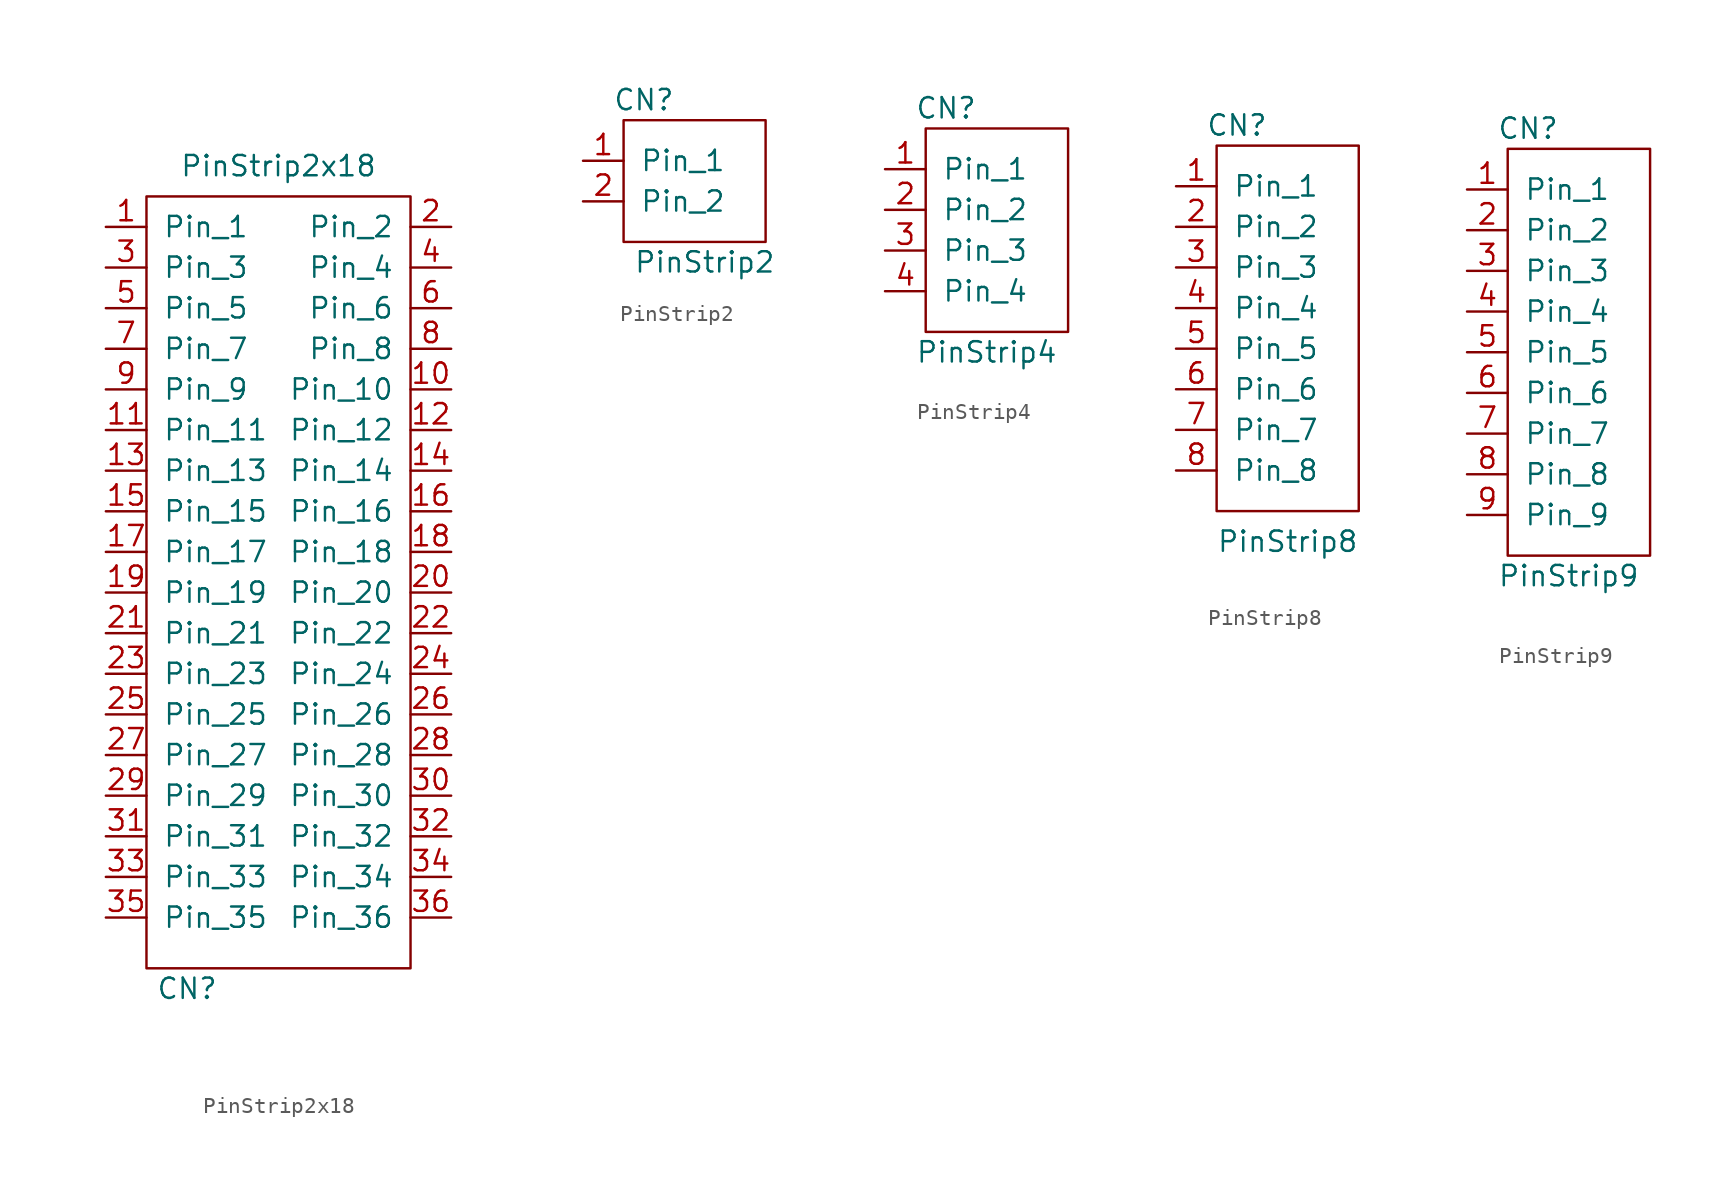
<source format=kicad_sym>
(kicad_symbol_lib
  (version 20211014)
  (generator kicad_symbol_editor)
  (symbol "PinStrip2x18"
    (pin_names
      (offset 1.016))
    (property "Reference" "CN"
      (at 1.27 -34.925 0)
      (effects (font (size 1.27 1.27))))
    (property "Value" "PinStrip2x18"
      (at 6.985 16.51 0)
      (effects (font (size 1.27 1.27))))
    (symbol "PinStrip2x18_0_1"
      (rectangle (start -1.27 14.605) (end 15.24 -33.655) (stroke (width 0) (type default) (color 0 0 0 0)) (fill (type none))))
    (symbol "PinStrip2x18_1_1"
      (pin bidirectional line (at -3.81 12.7 0) (length 2.54) (name "Pin_1" (effects (font (size 1.27 1.27)))) (number "1" (effects (font (size 1.27 1.27)))))
      (pin bidirectional line (at 17.78 2.54 180) (length 2.54) (name "Pin_10" (effects (font (size 1.27 1.27)))) (number "10" (effects (font (size 1.27 1.27)))))
      (pin bidirectional line (at -3.81 0 0) (length 2.54) (name "Pin_11" (effects (font (size 1.27 1.27)))) (number "11" (effects (font (size 1.27 1.27)))))
      (pin bidirectional line (at 17.78 0 180) (length 2.54) (name "Pin_12" (effects (font (size 1.27 1.27)))) (number "12" (effects (font (size 1.27 1.27)))))
      (pin bidirectional line (at -3.81 -2.54 0) (length 2.54) (name "Pin_13" (effects (font (size 1.27 1.27)))) (number "13" (effects (font (size 1.27 1.27)))))
      (pin bidirectional line (at 17.78 -2.54 180) (length 2.54) (name "Pin_14" (effects (font (size 1.27 1.27)))) (number "14" (effects (font (size 1.27 1.27)))))
      (pin bidirectional line (at -3.81 -5.08 0) (length 2.54) (name "Pin_15" (effects (font (size 1.27 1.27)))) (number "15" (effects (font (size 1.27 1.27)))))
      (pin bidirectional line (at 17.78 -5.08 180) (length 2.54) (name "Pin_16" (effects (font (size 1.27 1.27)))) (number "16" (effects (font (size 1.27 1.27)))))
      (pin bidirectional line (at -3.81 -7.62 0) (length 2.54) (name "Pin_17" (effects (font (size 1.27 1.27)))) (number "17" (effects (font (size 1.27 1.27)))))
      (pin bidirectional line (at 17.78 -7.62 180) (length 2.54) (name "Pin_18" (effects (font (size 1.27 1.27)))) (number "18" (effects (font (size 1.27 1.27)))))
      (pin bidirectional line (at -3.81 -10.16 0) (length 2.54) (name "Pin_19" (effects (font (size 1.27 1.27)))) (number "19" (effects (font (size 1.27 1.27)))))
      (pin bidirectional line (at 17.78 12.7 180) (length 2.54) (name "Pin_2" (effects (font (size 1.27 1.27)))) (number "2" (effects (font (size 1.27 1.27)))))
      (pin bidirectional line (at 17.78 -10.16 180) (length 2.54) (name "Pin_20" (effects (font (size 1.27 1.27)))) (number "20" (effects (font (size 1.27 1.27)))))
      (pin bidirectional line (at -3.81 -12.7 0) (length 2.54) (name "Pin_21" (effects (font (size 1.27 1.27)))) (number "21" (effects (font (size 1.27 1.27)))))
      (pin bidirectional line (at 17.78 -12.7 180) (length 2.54) (name "Pin_22" (effects (font (size 1.27 1.27)))) (number "22" (effects (font (size 1.27 1.27)))))
      (pin bidirectional line (at -3.81 -15.24 0) (length 2.54) (name "Pin_23" (effects (font (size 1.27 1.27)))) (number "23" (effects (font (size 1.27 1.27)))))
      (pin bidirectional line (at 17.78 -15.24 180) (length 2.54) (name "Pin_24" (effects (font (size 1.27 1.27)))) (number "24" (effects (font (size 1.27 1.27)))))
      (pin bidirectional line (at -3.81 -17.78 0) (length 2.54) (name "Pin_25" (effects (font (size 1.27 1.27)))) (number "25" (effects (font (size 1.27 1.27)))))
      (pin bidirectional line (at 17.78 -17.78 180) (length 2.54) (name "Pin_26" (effects (font (size 1.27 1.27)))) (number "26" (effects (font (size 1.27 1.27)))))
      (pin bidirectional line (at -3.81 -20.32 0) (length 2.54) (name "Pin_27" (effects (font (size 1.27 1.27)))) (number "27" (effects (font (size 1.27 1.27)))))
      (pin bidirectional line (at 17.78 -20.32 180) (length 2.54) (name "Pin_28" (effects (font (size 1.27 1.27)))) (number "28" (effects (font (size 1.27 1.27)))))
      (pin bidirectional line (at -3.81 -22.86 0) (length 2.54) (name "Pin_29" (effects (font (size 1.27 1.27)))) (number "29" (effects (font (size 1.27 1.27)))))
      (pin bidirectional line (at -3.81 10.16 0) (length 2.54) (name "Pin_3" (effects (font (size 1.27 1.27)))) (number "3" (effects (font (size 1.27 1.27)))))
      (pin bidirectional line (at 17.78 -22.86 180) (length 2.54) (name "Pin_30" (effects (font (size 1.27 1.27)))) (number "30" (effects (font (size 1.27 1.27)))))
      (pin bidirectional line (at -3.81 -25.4 0) (length 2.54) (name "Pin_31" (effects (font (size 1.27 1.27)))) (number "31" (effects (font (size 1.27 1.27)))))
      (pin bidirectional line (at 17.78 -25.4 180) (length 2.54) (name "Pin_32" (effects (font (size 1.27 1.27)))) (number "32" (effects (font (size 1.27 1.27)))))
      (pin bidirectional line (at -3.81 -27.94 0) (length 2.54) (name "Pin_33" (effects (font (size 1.27 1.27)))) (number "33" (effects (font (size 1.27 1.27)))))
      (pin bidirectional line (at 17.78 -27.94 180) (length 2.54) (name "Pin_34" (effects (font (size 1.27 1.27)))) (number "34" (effects (font (size 1.27 1.27)))))
      (pin bidirectional line (at -3.81 -30.48 0) (length 2.54) (name "Pin_35" (effects (font (size 1.27 1.27)))) (number "35" (effects (font (size 1.27 1.27)))))
      (pin bidirectional line (at 17.78 -30.48 180) (length 2.54) (name "Pin_36" (effects (font (size 1.27 1.27)))) (number "36" (effects (font (size 1.27 1.27)))))
      (pin bidirectional line (at 17.78 10.16 180) (length 2.54) (name "Pin_4" (effects (font (size 1.27 1.27)))) (number "4" (effects (font (size 1.27 1.27)))))
      (pin bidirectional line (at -3.81 7.62 0) (length 2.54) (name "Pin_5" (effects (font (size 1.27 1.27)))) (number "5" (effects (font (size 1.27 1.27)))))
      (pin bidirectional line (at 17.78 7.62 180) (length 2.54) (name "Pin_6" (effects (font (size 1.27 1.27)))) (number "6" (effects (font (size 1.27 1.27)))))
      (pin bidirectional line (at -3.81 5.08 0) (length 2.54) (name "Pin_7" (effects (font (size 1.27 1.27)))) (number "7" (effects (font (size 1.27 1.27)))))
      (pin bidirectional line (at 17.78 5.08 180) (length 2.54) (name "Pin_8" (effects (font (size 1.27 1.27)))) (number "8" (effects (font (size 1.27 1.27)))))
      (pin bidirectional line (at -3.81 2.54 0) (length 2.54) (name "Pin_9" (effects (font (size 1.27 1.27)))) (number "9" (effects (font (size 1.27 1.27)))))))
  (symbol "PinStrip2"
    (pin_names
      (offset 1.016))
    (property "Reference" "CN"
      (at 0 16.51 0)
      (effects (font (size 1.27 1.27))))
    (property "Value" "PinStrip2"
      (at 3.81 6.35 0)
      (effects (font (size 1.27 1.27))))
    (symbol "PinStrip2_0_1"
      (rectangle (start -1.27 15.24) (end 7.62 7.62) (stroke (width 0) (type default) (color 0 0 0 0)) (fill (type none))))
    (symbol "PinStrip2_1_1"
      (pin passive line (at -3.81 12.7 0) (length 2.54) (name "Pin_1" (effects (font (size 1.27 1.27)))) (number "1" (effects (font (size 1.27 1.27)))))
      (pin passive line (at -3.81 10.16 0) (length 2.54) (name "Pin_2" (effects (font (size 1.27 1.27)))) (number "2" (effects (font (size 1.27 1.27)))))))
  (symbol "PinStrip4"
    (pin_names
      (offset 1.016))
    (property "Reference" "CN"
      (at 0 16.51 0)
      (effects (font (size 1.27 1.27))))
    (property "Value" "PinStrip4"
      (at 2.54 1.27 0)
      (effects (font (size 1.27 1.27))))
    (symbol "PinStrip4_0_1"
      (rectangle (start -1.27 15.24) (end 7.62 2.54) (stroke (width 0) (type default) (color 0 0 0 0)) (fill (type none))))
    (symbol "PinStrip4_1_1"
      (pin passive line (at -3.81 12.7 0) (length 2.54) (name "Pin_1" (effects (font (size 1.27 1.27)))) (number "1" (effects (font (size 1.27 1.27)))))
      (pin passive line (at -3.81 10.16 0) (length 2.54) (name "Pin_2" (effects (font (size 1.27 1.27)))) (number "2" (effects (font (size 1.27 1.27)))))
      (pin passive line (at -3.81 7.62 0) (length 2.54) (name "Pin_3" (effects (font (size 1.27 1.27)))) (number "3" (effects (font (size 1.27 1.27)))))
      (pin passive line (at -3.81 5.08 0) (length 2.54) (name "Pin_4" (effects (font (size 1.27 1.27)))) (number "4" (effects (font (size 1.27 1.27)))))))
  (symbol "PinStrip8"
    (pin_names
      (offset 1.016))
    (property "Reference" "CN"
      (at 0 16.51 0)
      (effects (font (size 1.27 1.27))))
    (property "Value" "PinStrip8"
      (at 3.175 -9.525 0)
      (effects (font (size 1.27 1.27))))
    (symbol "PinStrip8_0_1"
      (rectangle (start -1.27 15.24) (end 7.62 -7.62) (stroke (width 0) (type default) (color 0 0 0 0)) (fill (type none))))
    (symbol "PinStrip8_1_1"
      (pin bidirectional line (at -3.81 12.7 0) (length 2.54) (name "Pin_1" (effects (font (size 1.27 1.27)))) (number "1" (effects (font (size 1.27 1.27)))))
      (pin bidirectional line (at -3.81 10.16 0) (length 2.54) (name "Pin_2" (effects (font (size 1.27 1.27)))) (number "2" (effects (font (size 1.27 1.27)))))
      (pin bidirectional line (at -3.81 7.62 0) (length 2.54) (name "Pin_3" (effects (font (size 1.27 1.27)))) (number "3" (effects (font (size 1.27 1.27)))))
      (pin bidirectional line (at -3.81 5.08 0) (length 2.54) (name "Pin_4" (effects (font (size 1.27 1.27)))) (number "4" (effects (font (size 1.27 1.27)))))
      (pin bidirectional line (at -3.81 2.54 0) (length 2.54) (name "Pin_5" (effects (font (size 1.27 1.27)))) (number "5" (effects (font (size 1.27 1.27)))))
      (pin bidirectional line (at -3.81 0 0) (length 2.54) (name "Pin_6" (effects (font (size 1.27 1.27)))) (number "6" (effects (font (size 1.27 1.27)))))
      (pin bidirectional line (at -3.81 -2.54 0) (length 2.54) (name "Pin_7" (effects (font (size 1.27 1.27)))) (number "7" (effects (font (size 1.27 1.27)))))
      (pin bidirectional line (at -3.81 -5.08 0) (length 2.54) (name "Pin_8" (effects (font (size 1.27 1.27)))) (number "8" (effects (font (size 1.27 1.27)))))))
  (symbol "PinStrip9"
    (pin_names
      (offset 1.016))
    (property "Reference" "CN"
      (at 0 16.51 0)
      (effects (font (size 1.27 1.27))))
    (property "Value" "PinStrip9"
      (at 2.54 -11.43 0)
      (effects (font (size 1.27 1.27))))
    (symbol "PinStrip9_0_1"
      (rectangle (start -1.27 15.24) (end 7.62 -10.16) (stroke (width 0) (type default) (color 0 0 0 0)) (fill (type none))))
    (symbol "PinStrip9_1_1"
      (pin bidirectional line (at -3.81 12.7 0) (length 2.54) (name "Pin_1" (effects (font (size 1.27 1.27)))) (number "1" (effects (font (size 1.27 1.27)))))
      (pin bidirectional line (at -3.81 10.16 0) (length 2.54) (name "Pin_2" (effects (font (size 1.27 1.27)))) (number "2" (effects (font (size 1.27 1.27)))))
      (pin bidirectional line (at -3.81 7.62 0) (length 2.54) (name "Pin_3" (effects (font (size 1.27 1.27)))) (number "3" (effects (font (size 1.27 1.27)))))
      (pin bidirectional line (at -3.81 5.08 0) (length 2.54) (name "Pin_4" (effects (font (size 1.27 1.27)))) (number "4" (effects (font (size 1.27 1.27)))))
      (pin bidirectional line (at -3.81 2.54 0) (length 2.54) (name "Pin_5" (effects (font (size 1.27 1.27)))) (number "5" (effects (font (size 1.27 1.27)))))
      (pin bidirectional line (at -3.81 0 0) (length 2.54) (name "Pin_6" (effects (font (size 1.27 1.27)))) (number "6" (effects (font (size 1.27 1.27)))))
      (pin bidirectional line (at -3.81 -2.54 0) (length 2.54) (name "Pin_7" (effects (font (size 1.27 1.27)))) (number "7" (effects (font (size 1.27 1.27)))))
      (pin bidirectional line (at -3.81 -5.08 0) (length 2.54) (name "Pin_8" (effects (font (size 1.27 1.27)))) (number "8" (effects (font (size 1.27 1.27)))))
      (pin bidirectional line (at -3.81 -7.62 0) (length 2.54) (name "Pin_9" (effects (font (size 1.27 1.27)))) (number "9" (effects (font (size 1.27 1.27))))))))
</source>
